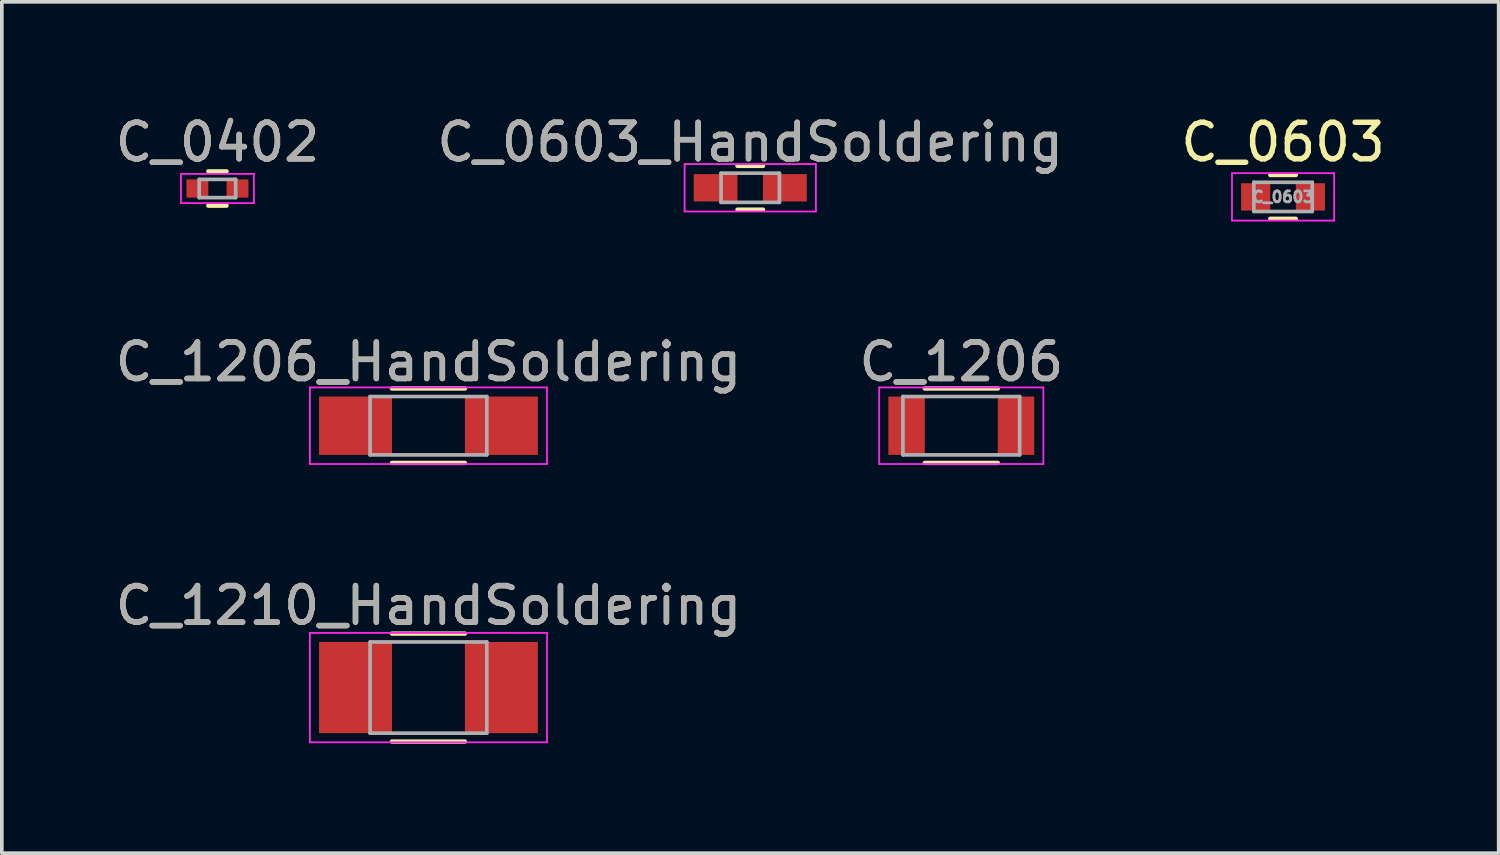
<source format=kicad_pcb>
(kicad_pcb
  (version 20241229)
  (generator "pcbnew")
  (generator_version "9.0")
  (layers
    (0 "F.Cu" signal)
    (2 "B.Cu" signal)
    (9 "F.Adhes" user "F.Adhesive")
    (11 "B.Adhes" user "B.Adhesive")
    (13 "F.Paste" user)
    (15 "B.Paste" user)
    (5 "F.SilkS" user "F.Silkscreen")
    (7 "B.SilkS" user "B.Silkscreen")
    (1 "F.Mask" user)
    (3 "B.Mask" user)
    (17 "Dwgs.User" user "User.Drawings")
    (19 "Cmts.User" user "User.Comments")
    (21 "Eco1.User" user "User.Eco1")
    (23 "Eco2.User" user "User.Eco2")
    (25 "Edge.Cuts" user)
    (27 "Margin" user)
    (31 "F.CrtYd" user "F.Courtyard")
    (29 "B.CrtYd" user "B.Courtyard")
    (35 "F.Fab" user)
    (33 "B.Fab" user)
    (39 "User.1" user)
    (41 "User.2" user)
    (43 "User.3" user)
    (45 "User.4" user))
  (footprint "C_1206_HandSoldering"
    (layer "F.Cu")
    (at 8.696 8.621)
    (property "Reference" "C_1206_HandSoldering" (at 0 -1.75 0) (layer "F.SilkS") (effects (font (size 1 1) (thickness 0.15))))
    (attr smd)
    (fp_line (start -1 1.02) (end 1 1.02) (stroke (width 0.12) (type solid)) (layer "F.SilkS"))
    (fp_line (start 1 -1.02) (end -1 -1.02) (stroke (width 0.12) (type solid)) (layer "F.SilkS"))
    (fp_line (start -3.25 -1.05) (end -3.25 1.05) (stroke (width 0.05) (type solid)) (layer "F.CrtYd"))
    (fp_line (start -3.25 -1.05) (end 3.25 -1.05) (stroke (width 0.05) (type solid)) (layer "F.CrtYd"))
    (fp_line (start 3.25 1.05) (end -3.25 1.05) (stroke (width 0.05) (type solid)) (layer "F.CrtYd"))
    (fp_line (start 3.25 1.05) (end 3.25 -1.05) (stroke (width 0.05) (type solid)) (layer "F.CrtYd"))
    (fp_line (start -1.6 -0.8) (end 1.6 -0.8) (stroke (width 0.1) (type solid)) (layer "F.Fab"))
    (fp_line (start -1.6 0.8) (end -1.6 -0.8) (stroke (width 0.1) (type solid)) (layer "F.Fab"))
    (fp_line (start 1.6 -0.8) (end 1.6 0.8) (stroke (width 0.1) (type solid)) (layer "F.Fab"))
    (fp_line (start 1.6 0.8) (end -1.6 0.8) (stroke (width 0.1) (type solid)) (layer "F.Fab"))
    (fp_text user "${REFERENCE}" (at 0 -1.75 0) (layer "F.Fab") (effects (font (size 1 1) (thickness 0.15))))
    (pad "1" smd rect (at -2 0) (size 2 1.6) (layers "F.Cu" "F.Mask" "F.Paste"))
    (pad "2" smd rect (at 2 0) (size 2 1.6) (layers "F.Cu" "F.Mask" "F.Paste")))
  (footprint "C_0402"
    (layer "F.Cu")
    (at 2.911 2.118)
    (property "Reference" "C_0402" (at 0 -1.27 0) (layer "F.SilkS") (effects (font (size 1 1) (thickness 0.15))))
    (attr smd)
    (fp_line (start -0.25 0.47) (end 0.25 0.47) (stroke (width 0.12) (type solid)) (layer "F.SilkS"))
    (fp_line (start 0.25 -0.47) (end -0.25 -0.47) (stroke (width 0.12) (type solid)) (layer "F.SilkS"))
    (fp_line (start -1 -0.4) (end -1 0.4) (stroke (width 0.05) (type solid)) (layer "F.CrtYd"))
    (fp_line (start -1 -0.4) (end 1 -0.4) (stroke (width 0.05) (type solid)) (layer "F.CrtYd"))
    (fp_line (start 1 0.4) (end -1 0.4) (stroke (width 0.05) (type solid)) (layer "F.CrtYd"))
    (fp_line (start 1 0.4) (end 1 -0.4) (stroke (width 0.05) (type solid)) (layer "F.CrtYd"))
    (fp_line (start -0.5 -0.25) (end 0.5 -0.25) (stroke (width 0.1) (type solid)) (layer "F.Fab"))
    (fp_line (start -0.5 0.25) (end -0.5 -0.25) (stroke (width 0.1) (type solid)) (layer "F.Fab"))
    (fp_line (start 0.5 -0.25) (end 0.5 0.25) (stroke (width 0.1) (type solid)) (layer "F.Fab"))
    (fp_line (start 0.5 0.25) (end -0.5 0.25) (stroke (width 0.1) (type solid)) (layer "F.Fab"))
    (fp_text user "${REFERENCE}" (at 0 -1.27 0) (layer "F.Fab") (effects (font (size 1 1) (thickness 0.15))))
    (pad "1" smd rect (at -0.55 0) (size 0.6 0.5) (layers "F.Cu" "F.Mask" "F.Paste"))
    (pad "2" smd rect (at 0.55 0) (size 0.6 0.5) (layers "F.Cu" "F.Mask" "F.Paste")))
  (footprint "C_1210_HandSoldering"
    (layer "F.Cu")
    (at 8.696 15.8)
    (property "Reference" "C_1210_HandSoldering" (at 0 -2.25 0) (layer "F.SilkS") (effects (font (size 1 1) (thickness 0.15))))
    (attr smd)
    (fp_line (start -1 1.48) (end 1 1.48) (stroke (width 0.12) (type solid)) (layer "F.SilkS"))
    (fp_line (start 1 -1.48) (end -1 -1.48) (stroke (width 0.12) (type solid)) (layer "F.SilkS"))
    (fp_line (start -3.25 -1.5) (end -3.25 1.5) (stroke (width 0.05) (type solid)) (layer "F.CrtYd"))
    (fp_line (start -3.25 -1.5) (end 3.25 -1.5) (stroke (width 0.05) (type solid)) (layer "F.CrtYd"))
    (fp_line (start 3.25 1.5) (end -3.25 1.5) (stroke (width 0.05) (type solid)) (layer "F.CrtYd"))
    (fp_line (start 3.25 1.5) (end 3.25 -1.5) (stroke (width 0.05) (type solid)) (layer "F.CrtYd"))
    (fp_line (start -1.6 -1.25) (end 1.6 -1.25) (stroke (width 0.1) (type solid)) (layer "F.Fab"))
    (fp_line (start -1.6 1.25) (end -1.6 -1.25) (stroke (width 0.1) (type solid)) (layer "F.Fab"))
    (fp_line (start 1.6 -1.25) (end 1.6 1.25) (stroke (width 0.1) (type solid)) (layer "F.Fab"))
    (fp_line (start 1.6 1.25) (end -1.6 1.25) (stroke (width 0.1) (type solid)) (layer "F.Fab"))
    (fp_text user "${REFERENCE}" (at 0 -2.25 0) (layer "F.Fab") (effects (font (size 1 1) (thickness 0.15))))
    (pad "1" smd rect (at -2 0) (size 2 2.5) (layers "F.Cu" "F.Mask" "F.Paste"))
    (pad "2" smd rect (at 2 0) (size 2 2.5) (layers "F.Cu" "F.Mask" "F.Paste")))
  (footprint "C_0603"
    (layer "F.Cu")
    (at 32.125 2.348)
    (property "Reference" "C_0603" (at 0 -1.5 0) (layer "F.SilkS") (effects (font (size 1 1) (thickness 0.15))))
    (attr smd)
    (fp_line (start -0.35 -0.6) (end 0.35 -0.6) (stroke (width 0.12) (type solid)) (layer "F.SilkS"))
    (fp_line (start 0.35 0.6) (end -0.35 0.6) (stroke (width 0.12) (type solid)) (layer "F.SilkS"))
    (fp_line (start -1.4 -0.65) (end -1.4 0.65) (stroke (width 0.05) (type solid)) (layer "F.CrtYd"))
    (fp_line (start -1.4 -0.65) (end 1.4 -0.65) (stroke (width 0.05) (type solid)) (layer "F.CrtYd"))
    (fp_line (start 1.4 0.65) (end -1.4 0.65) (stroke (width 0.05) (type solid)) (layer "F.CrtYd"))
    (fp_line (start 1.4 0.65) (end 1.4 -0.65) (stroke (width 0.05) (type solid)) (layer "F.CrtYd"))
    (fp_line (start -0.8 -0.4) (end 0.8 -0.4) (stroke (width 0.1) (type solid)) (layer "F.Fab"))
    (fp_line (start -0.8 0.4) (end -0.8 -0.4) (stroke (width 0.1) (type solid)) (layer "F.Fab"))
    (fp_line (start 0.8 -0.4) (end 0.8 0.4) (stroke (width 0.1) (type solid)) (layer "F.Fab"))
    (fp_line (start 0.8 0.4) (end -0.8 0.4) (stroke (width 0.1) (type solid)) (layer "F.Fab"))
    (fp_text user "${REFERENCE}" (at 0 0 0) (layer "F.Fab") (effects (font (size 0.3 0.3) (thickness 0.075))))
    (pad "1" smd rect (at -0.75 0) (size 0.8 0.75) (layers "F.Cu" "F.Mask" "F.Paste"))
    (pad "2" smd rect (at 0.75 0) (size 0.8 0.75) (layers "F.Cu" "F.Mask" "F.Paste")))
  (footprint "C_1206"
    (layer "F.Cu")
    (at 23.304 8.621)
    (property "Reference" "C_1206" (at 0 -1.75 0) (layer "F.SilkS") (effects (font (size 1 1) (thickness 0.15))))
    (attr smd)
    (fp_line (start -1 1.02) (end 1 1.02) (stroke (width 0.12) (type solid)) (layer "F.SilkS"))
    (fp_line (start 1 -1.02) (end -1 -1.02) (stroke (width 0.12) (type solid)) (layer "F.SilkS"))
    (fp_line (start -2.25 -1.05) (end -2.25 1.05) (stroke (width 0.05) (type solid)) (layer "F.CrtYd"))
    (fp_line (start -2.25 -1.05) (end 2.25 -1.05) (stroke (width 0.05) (type solid)) (layer "F.CrtYd"))
    (fp_line (start 2.25 1.05) (end -2.25 1.05) (stroke (width 0.05) (type solid)) (layer "F.CrtYd"))
    (fp_line (start 2.25 1.05) (end 2.25 -1.05) (stroke (width 0.05) (type solid)) (layer "F.CrtYd"))
    (fp_line (start -1.6 -0.8) (end 1.6 -0.8) (stroke (width 0.1) (type solid)) (layer "F.Fab"))
    (fp_line (start -1.6 0.8) (end -1.6 -0.8) (stroke (width 0.1) (type solid)) (layer "F.Fab"))
    (fp_line (start 1.6 -0.8) (end 1.6 0.8) (stroke (width 0.1) (type solid)) (layer "F.Fab"))
    (fp_line (start 1.6 0.8) (end -1.6 0.8) (stroke (width 0.1) (type solid)) (layer "F.Fab"))
    (fp_text user "${REFERENCE}" (at 0 -1.75 0) (layer "F.Fab") (effects (font (size 1 1) (thickness 0.15))))
    (pad "1" smd rect (at -1.5 0) (size 1 1.6) (layers "F.Cu" "F.Mask" "F.Paste"))
    (pad "2" smd rect (at 1.5 0) (size 1 1.6) (layers "F.Cu" "F.Mask" "F.Paste")))
  (footprint "C_0603_HandSoldering"
    (layer "F.Cu")
    (at 17.518 2.098)
    (property "Reference" "C_0603_HandSoldering" (at 0 -1.25 0) (layer "F.SilkS") (effects (font (size 1 1) (thickness 0.15))))
    (attr smd)
    (fp_line (start -0.35 -0.6) (end 0.35 -0.6) (stroke (width 0.12) (type solid)) (layer "F.SilkS"))
    (fp_line (start 0.35 0.6) (end -0.35 0.6) (stroke (width 0.12) (type solid)) (layer "F.SilkS"))
    (fp_line (start -1.8 -0.65) (end -1.8 0.65) (stroke (width 0.05) (type solid)) (layer "F.CrtYd"))
    (fp_line (start -1.8 -0.65) (end 1.8 -0.65) (stroke (width 0.05) (type solid)) (layer "F.CrtYd"))
    (fp_line (start 1.8 0.65) (end -1.8 0.65) (stroke (width 0.05) (type solid)) (layer "F.CrtYd"))
    (fp_line (start 1.8 0.65) (end 1.8 -0.65) (stroke (width 0.05) (type solid)) (layer "F.CrtYd"))
    (fp_line (start -0.8 -0.4) (end 0.8 -0.4) (stroke (width 0.1) (type solid)) (layer "F.Fab"))
    (fp_line (start -0.8 0.4) (end -0.8 -0.4) (stroke (width 0.1) (type solid)) (layer "F.Fab"))
    (fp_line (start 0.8 -0.4) (end 0.8 0.4) (stroke (width 0.1) (type solid)) (layer "F.Fab"))
    (fp_line (start 0.8 0.4) (end -0.8 0.4) (stroke (width 0.1) (type solid)) (layer "F.Fab"))
    (fp_text user "${REFERENCE}" (at 0 -1.25 0) (layer "F.Fab") (effects (font (size 1 1) (thickness 0.15))))
    (pad "1" smd rect (at -0.95 0) (size 1.2 0.75) (layers "F.Cu" "F.Mask" "F.Paste"))
    (pad "2" smd rect (at 0.95 0) (size 1.2 0.75) (layers "F.Cu" "F.Mask" "F.Paste")))
  (gr_rect
    (start -3 -3)
    (end 38.036 20.34)
    (stroke (width 0.1) (type default))
    (fill no)
    (layer "Edge.Cuts")))
</source>
